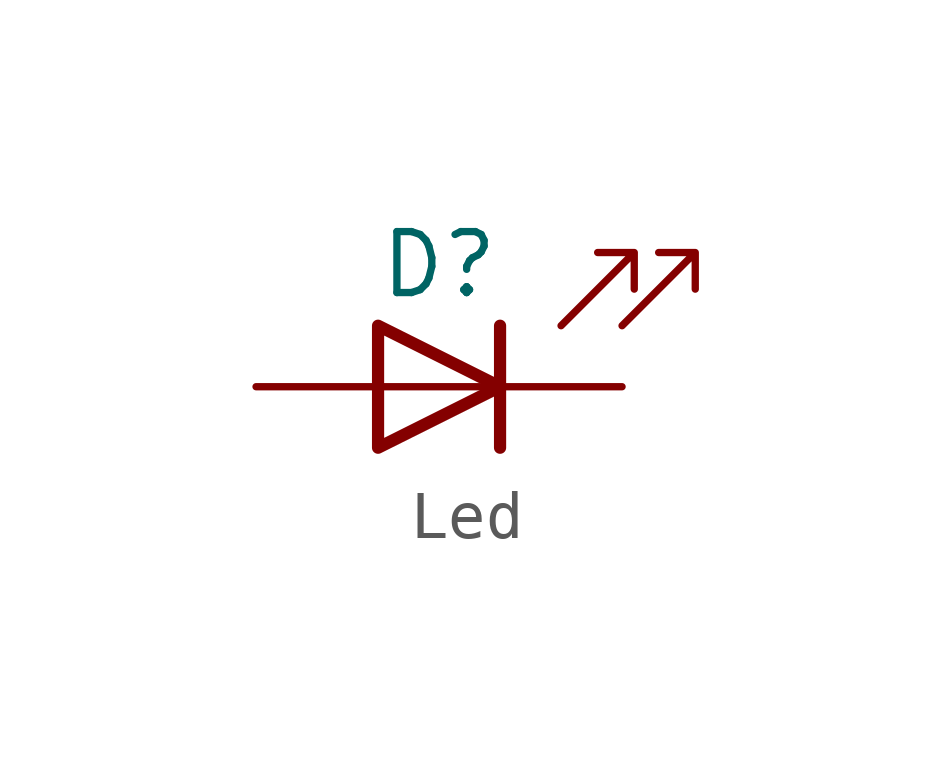
<source format=kicad_sym>
(kicad_symbol_lib
  (version 20220914)
  (generator kicad_symbol_editor)
  (symbol "Led"
    (pin_numbers hide)
    (pin_names hide)
    (property "Reference" "D"
      (at 0 2.54 0)
      (effects (font (size 1.27 1.27))))
    (property "Value" ""
      (at 1.27 0 0)
      (effects (font (size 1.27 1.27))))
    (symbol "Led_0_1"
      (polyline (pts (xy 1.27 -1.27) (xy 1.27 1.27)) (stroke (width 0.254) (type default)) (fill (type none)))
      (polyline (pts (xy 1.27 0) (xy -1.27 0)) (stroke (width 0) (type default)) (fill (type none)))
      (polyline (pts (xy -1.27 -1.27) (xy -1.27 1.27) (xy 1.27 0) (xy -1.27 -1.27)) (stroke (width 0.254) (type default)) (fill (type none)))
      (polyline (pts (xy 2.54 1.27) (xy 4.064 2.794) (xy 3.302 2.794) (xy 4.064 2.794) (xy 4.064 2.032)) (stroke (width 0) (type default)) (fill (type none)))
      (polyline (pts (xy 3.81 1.27) (xy 5.334 2.794) (xy 4.572 2.794) (xy 5.334 2.794) (xy 5.334 2.032)) (stroke (width 0) (type default)) (fill (type none))))
    (symbol "Led_1_1"
      (pin passive line (at -3.81 0 0) (length 2.54) (name "A" (effects (font (size 1.27 1.27)))) (number "1" (effects (font (size 1.27 1.27)))))
      (pin passive line (at 3.81 0 180) (length 2.54) (name "K" (effects (font (size 1.27 1.27)))) (number "2" (effects (font (size 1.27 1.27))))))))
</source>
